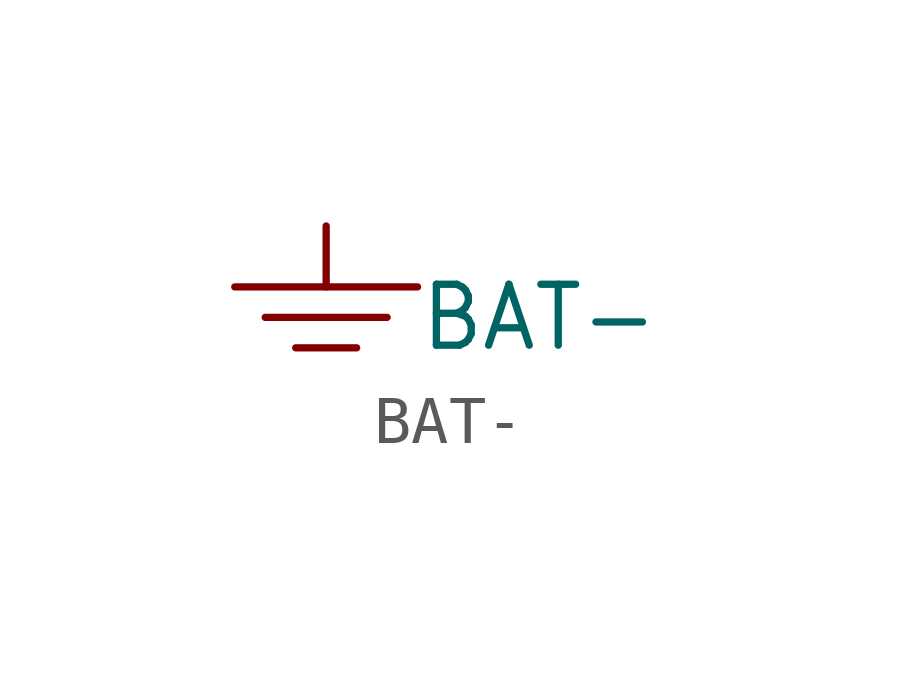
<source format=kicad_sym>
(kicad_symbol_lib
  (version 20220914)
  (generator kicad_symbol_editor)
  (symbol "BAT-"
    (power)
    (property "Reference" "#PWR"
      (at 0 3.81 0)
      (effects (font (size 1.27 1.27)) hide))
    (property "Value" "BAT-"
      (at 4.445 -1.905 0)
      (effects (font (size 1.27 1.27))))
    (symbol "BAT-_0_1"
      (polyline (pts (xy -1.27 -1.905) (xy 1.27 -1.905)) (stroke (width 0) (type default)) (fill (type none)))
      (polyline (pts (xy -0.635 -2.54) (xy 0.635 -2.54)) (stroke (width 0) (type default)) (fill (type none)))
      (polyline (pts (xy 0 0) (xy 0 -1.27)) (stroke (width 0) (type default)) (fill (type none)))
      (polyline (pts (xy 1.905 -1.27) (xy -1.905 -1.27)) (stroke (width 0) (type default)) (fill (type none))))
    (symbol "BAT-_1_1"
      (pin power_in line (at 0 0 270) (length 0) hide (name "BAT-" (effects (font (size 1.27 1.27)))) (number "1" (effects (font (size 1.27 1.27))))))))
</source>
